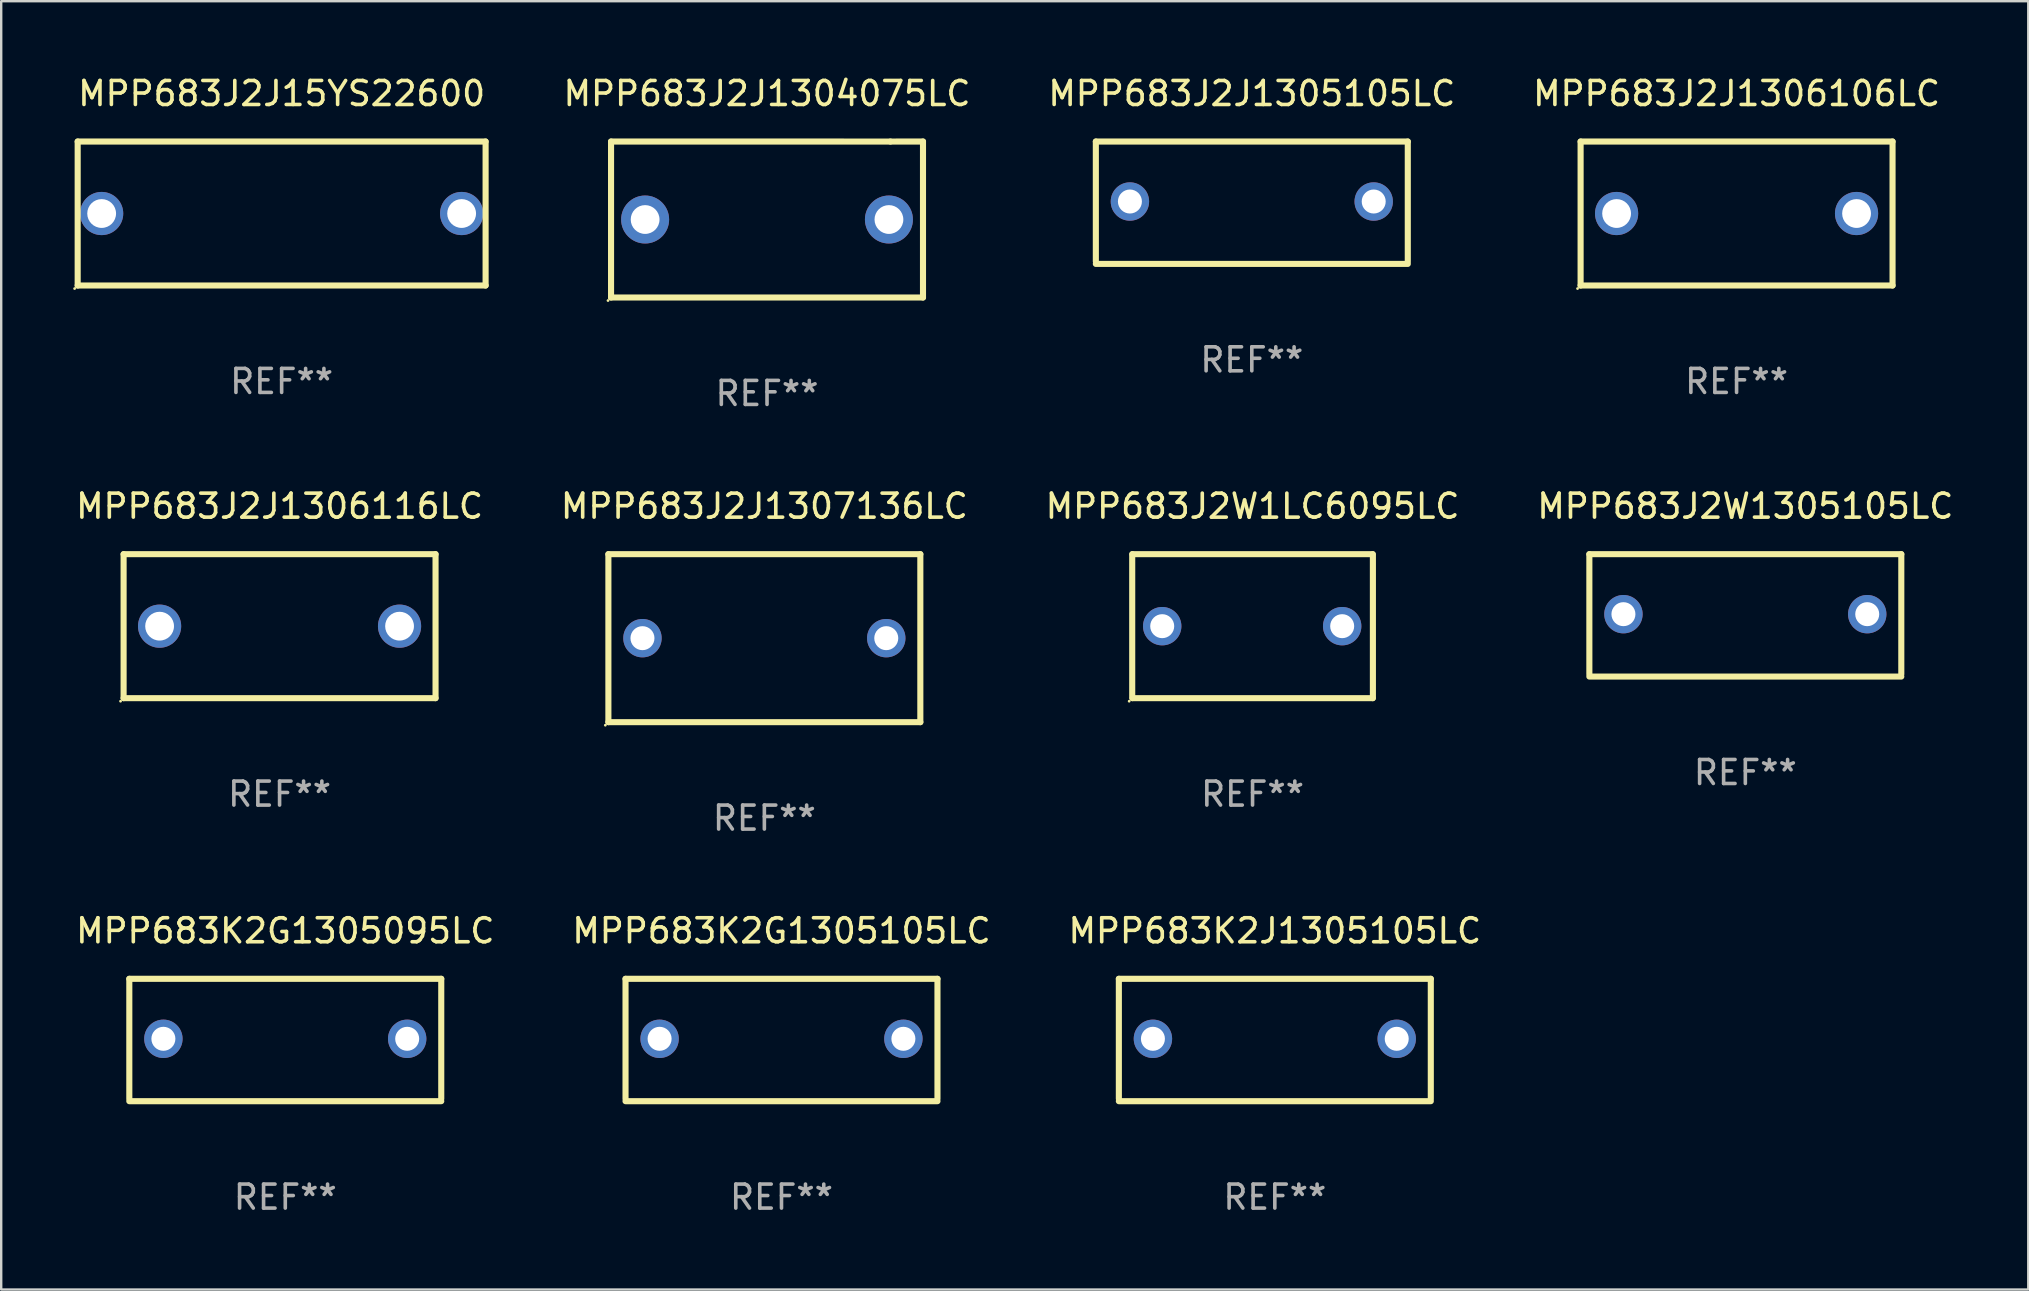
<source format=kicad_pcb>
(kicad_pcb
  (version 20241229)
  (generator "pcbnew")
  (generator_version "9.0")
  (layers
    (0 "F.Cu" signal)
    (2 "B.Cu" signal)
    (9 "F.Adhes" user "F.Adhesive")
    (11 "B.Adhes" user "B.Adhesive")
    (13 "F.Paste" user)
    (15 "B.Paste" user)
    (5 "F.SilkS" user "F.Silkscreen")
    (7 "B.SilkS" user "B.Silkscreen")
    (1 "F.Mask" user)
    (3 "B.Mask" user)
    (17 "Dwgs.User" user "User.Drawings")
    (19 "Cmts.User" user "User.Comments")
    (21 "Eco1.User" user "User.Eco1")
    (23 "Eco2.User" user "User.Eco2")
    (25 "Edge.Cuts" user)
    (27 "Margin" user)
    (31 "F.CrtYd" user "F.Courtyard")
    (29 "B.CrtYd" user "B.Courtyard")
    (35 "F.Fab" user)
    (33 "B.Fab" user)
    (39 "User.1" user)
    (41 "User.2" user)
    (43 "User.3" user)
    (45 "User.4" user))
  (footprint "MPP683J2J1306106LC"
    (layer "F.Cu")
    (at 69.32 5.848)
    (property "Reference" "MPP683J2J1306106LC" (at 0 -5 0) (layer "F.SilkS") (effects (font (size 1 1) (thickness 0.15))))
    (attr through_hole)
    (fp_line (start -6.5 -3) (end 6.5 -3) (stroke (width 0.254) (type solid)) (layer "F.SilkS"))
    (fp_line (start -6.5 3) (end -6.5 -3) (stroke (width 0.254) (type solid)) (layer "F.SilkS"))
    (fp_line (start -6.5 3) (end 6.5 3) (stroke (width 0.254) (type solid)) (layer "F.SilkS"))
    (fp_line (start 6.5 -3) (end 6.5 3) (stroke (width 0.254) (type solid)) (layer "F.SilkS"))
    (fp_circle (center -6.627 3.127) (end -6.597 3.127) (stroke (width 0.06) (type solid)) (fill no) (layer "F.SilkS"))
    (fp_text user "REF**" (at 0 7 0) (layer "F.Fab") (effects (font (size 1 1) (thickness 0.15))))
    (pad "1" thru_hole circle (at -5 0) (size 1.8 1.8) (drill 1.2) (layers "*.Cu" "*.Mask"))
    (pad "2" thru_hole circle (at 5 0) (size 1.8 1.8) (drill 1.2) (layers "*.Cu" "*.Mask")))
  (footprint "MPP683J2J1304075LC"
    (layer "F.Cu")
    (at 28.915 6.098)
    (property "Reference" "MPP683J2J1304075LC" (at 0 -5.25 0) (layer "F.SilkS") (effects (font (size 1 1) (thickness 0.15))))
    (attr through_hole)
    (fp_line (start -6.5 -3.25) (end 5.141 -3.249) (stroke (width 0.254) (type solid)) (layer "F.SilkS"))
    (fp_line (start -6.5 3.25) (end -6.5 -3.25) (stroke (width 0.254) (type solid)) (layer "F.SilkS"))
    (fp_line (start -6.5 3.25) (end 6.5 3.25) (stroke (width 0.254) (type solid)) (layer "F.SilkS"))
    (fp_line (start 5.141 -3.249) (end 6.5 -3.25) (stroke (width 0.254) (type solid)) (layer "F.SilkS"))
    (fp_line (start 6.5 -3.25) (end 6.5 3.25) (stroke (width 0.254) (type solid)) (layer "F.SilkS"))
    (fp_circle (center -6.627 3.377) (end -6.597 3.377) (stroke (width 0.06) (type solid)) (fill no) (layer "F.SilkS"))
    (fp_text user "REF**" (at 0 7.25 0) (layer "F.Fab") (effects (font (size 1 1) (thickness 0.15))))
    (pad "1" thru_hole circle (at -5.08 0) (size 2 2) (drill 1.2) (layers "*.Cu" "*.Mask"))
    (pad "2" thru_hole circle (at 5.08 0) (size 2 2) (drill 1.2) (layers "*.Cu" "*.Mask")))
  (footprint "MPP683K2J1305105LC"
    (layer "F.Cu")
    (at 50.077 40.291)
    (property "Reference" "MPP683K2J1305105LC" (at 0 -4.55 0) (layer "F.SilkS") (effects (font (size 1 1) (thickness 0.15))))
    (attr through_hole)
    (fp_line (start -6.5 -2.55) (end 6.5 -2.55) (stroke (width 0.254) (type solid)) (layer "F.SilkS"))
    (fp_line (start -6.5 2.45) (end -6.5 -2.55) (stroke (width 0.254) (type solid)) (layer "F.SilkS"))
    (fp_line (start 6.5 -2.55) (end 6.5 2.45) (stroke (width 0.254) (type solid)) (layer "F.SilkS"))
    (fp_line (start 6.5 2.55) (end -6.5 2.55) (stroke (width 0.254) (type solid)) (layer "F.SilkS"))
    (fp_circle (center -6.5 2.45) (end -6.47 2.45) (stroke (width 0.06) (type solid)) (fill no) (layer "F.SilkS"))
    (fp_text user "REF**" (at 0 6.55 0) (layer "F.Fab") (effects (font (size 1 1) (thickness 0.15))))
    (pad "1" thru_hole circle (at -5.08 -0.05) (size 1.6 1.6) (drill 1) (layers "*.Cu" "*.Mask"))
    (pad "2" thru_hole circle (at 5.08 -0.05) (size 1.6 1.6) (drill 1) (layers "*.Cu" "*.Mask")))
  (footprint "MPP683J2J15YS22600"
    (layer "F.Cu")
    (at 8.687 5.848)
    (property "Reference" "MPP683J2J15YS22600" (at 0 -5 0) (layer "F.SilkS") (effects (font (size 1 1) (thickness 0.15))))
    (attr through_hole)
    (fp_line (start -8.5 -3) (end 8.5 -3) (stroke (width 0.254) (type solid)) (layer "F.SilkS"))
    (fp_line (start -8.5 3) (end -8.5 -3) (stroke (width 0.254) (type solid)) (layer "F.SilkS"))
    (fp_line (start 8.5 -3) (end 8.5 3) (stroke (width 0.254) (type solid)) (layer "F.SilkS"))
    (fp_line (start 8.5 3) (end -8.5 3) (stroke (width 0.254) (type solid)) (layer "F.SilkS"))
    (fp_circle (center -8.627 3.127) (end -8.597 3.127) (stroke (width 0.06) (type solid)) (fill no) (layer "F.SilkS"))
    (fp_text user "REF**" (at 0 7 0) (layer "F.Fab") (effects (font (size 1 1) (thickness 0.15))))
    (pad "1" thru_hole circle (at -7.501 0) (size 1.8 1.8) (drill 1.2) (layers "*.Cu" "*.Mask"))
    (pad "2" thru_hole circle (at 7.501 0) (size 1.8 1.8) (drill 1.2) (layers "*.Cu" "*.Mask")))
  (footprint "MPP683K2G1305095LC"
    (layer "F.Cu")
    (at 8.839 40.291)
    (property "Reference" "MPP683K2G1305095LC" (at 0 -4.55 0) (layer "F.SilkS") (effects (font (size 1 1) (thickness 0.15))))
    (attr through_hole)
    (fp_line (start -6.5 -2.55) (end 6.5 -2.55) (stroke (width 0.254) (type solid)) (layer "F.SilkS"))
    (fp_line (start -6.5 2.45) (end -6.5 -2.55) (stroke (width 0.254) (type solid)) (layer "F.SilkS"))
    (fp_line (start 6.5 -2.55) (end 6.5 2.45) (stroke (width 0.254) (type solid)) (layer "F.SilkS"))
    (fp_line (start 6.5 2.55) (end -6.5 2.55) (stroke (width 0.254) (type solid)) (layer "F.SilkS"))
    (fp_circle (center -6.5 2.45) (end -6.47 2.45) (stroke (width 0.06) (type solid)) (fill no) (layer "F.SilkS"))
    (fp_text user "REF**" (at 0 6.55 0) (layer "F.Fab") (effects (font (size 1 1) (thickness 0.15))))
    (pad "1" thru_hole circle (at -5.08 -0.05) (size 1.6 1.6) (drill 1) (layers "*.Cu" "*.Mask"))
    (pad "2" thru_hole circle (at 5.08 -0.05) (size 1.6 1.6) (drill 1) (layers "*.Cu" "*.Mask")))
  (footprint "MPP683J2W1LC6095LC"
    (layer "F.Cu")
    (at 49.149 23.045)
    (property "Reference" "MPP683J2W1LC6095LC" (at 0 -5 0) (layer "F.SilkS") (effects (font (size 1 1) (thickness 0.15))))
    (attr through_hole)
    (fp_line (start -5.015 3) (end -5.015 -3) (stroke (width 0.254) (type solid)) (layer "F.SilkS"))
    (fp_line (start -5.005 -3) (end 4.995 -3) (stroke (width 0.254) (type solid)) (layer "F.SilkS"))
    (fp_line (start 5.005 3) (end -4.995 3) (stroke (width 0.254) (type solid)) (layer "F.SilkS"))
    (fp_line (start 5.015 -3) (end 5.015 3) (stroke (width 0.254) (type solid)) (layer "F.SilkS"))
    (fp_circle (center -5.142 3.127) (end -5.112 3.127) (stroke (width 0.06) (type solid)) (fill no) (layer "F.SilkS"))
    (fp_text user "REF**" (at 0 7 0) (layer "F.Fab") (effects (font (size 1 1) (thickness 0.15))))
    (pad "1" thru_hole circle (at -3.765 0) (size 1.6 1.6) (drill 1) (layers "*.Cu" "*.Mask"))
    (pad "2" thru_hole circle (at 3.735 0) (size 1.6 1.6) (drill 1) (layers "*.Cu" "*.Mask")))
  (footprint "MPP683J2J1305105LC"
    (layer "F.Cu")
    (at 49.118 5.398)
    (property "Reference" "MPP683J2J1305105LC" (at 0 -4.55 0) (layer "F.SilkS") (effects (font (size 1 1) (thickness 0.15))))
    (attr through_hole)
    (fp_line (start -6.5 -2.55) (end 6.5 -2.55) (stroke (width 0.254) (type solid)) (layer "F.SilkS"))
    (fp_line (start -6.5 2.45) (end -6.5 -2.55) (stroke (width 0.254) (type solid)) (layer "F.SilkS"))
    (fp_line (start 6.5 -2.55) (end 6.5 2.45) (stroke (width 0.254) (type solid)) (layer "F.SilkS"))
    (fp_line (start 6.5 2.55) (end -6.5 2.55) (stroke (width 0.254) (type solid)) (layer "F.SilkS"))
    (fp_circle (center -6.5 2.45) (end -6.47 2.45) (stroke (width 0.06) (type solid)) (fill no) (layer "F.SilkS"))
    (fp_text user "REF**" (at 0 6.55 0) (layer "F.Fab") (effects (font (size 1 1) (thickness 0.15))))
    (pad "1" thru_hole circle (at -5.08 -0.05) (size 1.6 1.6) (drill 1) (layers "*.Cu" "*.Mask"))
    (pad "2" thru_hole circle (at 5.08 -0.05) (size 1.6 1.6) (drill 1) (layers "*.Cu" "*.Mask")))
  (footprint "MPP683J2J1307136LC"
    (layer "F.Cu")
    (at 28.804 23.545)
    (property "Reference" "MPP683J2J1307136LC" (at 0 -5.5 0) (layer "F.SilkS") (effects (font (size 1 1) (thickness 0.15))))
    (attr through_hole)
    (fp_line (start -6.5 -3.5) (end 6.5 -3.5) (stroke (width 0.254) (type solid)) (layer "F.SilkS"))
    (fp_line (start -6.5 3.5) (end -6.5 -3.5) (stroke (width 0.254) (type solid)) (layer "F.SilkS"))
    (fp_line (start 6.5 -3.5) (end 6.5 3.5) (stroke (width 0.254) (type solid)) (layer "F.SilkS"))
    (fp_line (start 6.5 3.5) (end -6.5 3.5) (stroke (width 0.254) (type solid)) (layer "F.SilkS"))
    (fp_circle (center -6.627 3.627) (end -6.597 3.627) (stroke (width 0.06) (type solid)) (fill no) (layer "F.SilkS"))
    (fp_text user "REF**" (at 0 7.5 0) (layer "F.Fab") (effects (font (size 1 1) (thickness 0.15))))
    (pad "1" thru_hole circle (at -5.08 -0.000127) (size 1.6 1.6) (drill 1) (layers "*.Cu" "*.Mask"))
    (pad "2" thru_hole circle (at 5.08 -0.000127) (size 1.6 1.6) (drill 1) (layers "*.Cu" "*.Mask")))
  (footprint "MPP683J2W1305105LC"
    (layer "F.Cu")
    (at 69.685 22.595)
    (property "Reference" "MPP683J2W1305105LC" (at 0 -4.55 0) (layer "F.SilkS") (effects (font (size 1 1) (thickness 0.15))))
    (attr through_hole)
    (fp_line (start -6.5 -2.55) (end 6.5 -2.55) (stroke (width 0.254) (type solid)) (layer "F.SilkS"))
    (fp_line (start -6.5 2.45) (end -6.5 -2.55) (stroke (width 0.254) (type solid)) (layer "F.SilkS"))
    (fp_line (start 6.5 -2.55) (end 6.5 2.45) (stroke (width 0.254) (type solid)) (layer "F.SilkS"))
    (fp_line (start 6.5 2.55) (end -6.5 2.55) (stroke (width 0.254) (type solid)) (layer "F.SilkS"))
    (fp_circle (center -6.5 2.45) (end -6.47 2.45) (stroke (width 0.06) (type solid)) (fill no) (layer "F.SilkS"))
    (fp_text user "REF**" (at 0 6.55 0) (layer "F.Fab") (effects (font (size 1 1) (thickness 0.15))))
    (pad "1" thru_hole circle (at -5.08 -0.05) (size 1.6 1.6) (drill 1) (layers "*.Cu" "*.Mask"))
    (pad "2" thru_hole circle (at 5.08 -0.05) (size 1.6 1.6) (drill 1) (layers "*.Cu" "*.Mask")))
  (footprint "MPP683J2J1306116LC"
    (layer "F.Cu")
    (at 8.601 23.045)
    (property "Reference" "MPP683J2J1306116LC" (at 0 -5 0) (layer "F.SilkS") (effects (font (size 1 1) (thickness 0.15))))
    (attr through_hole)
    (fp_line (start -6.5 -3) (end 6.5 -3) (stroke (width 0.254) (type solid)) (layer "F.SilkS"))
    (fp_line (start -6.5 3) (end -6.5 -3) (stroke (width 0.254) (type solid)) (layer "F.SilkS"))
    (fp_line (start -6.5 3) (end 6.5 3) (stroke (width 0.254) (type solid)) (layer "F.SilkS"))
    (fp_line (start 6.5 -3) (end 6.5 3) (stroke (width 0.254) (type solid)) (layer "F.SilkS"))
    (fp_circle (center -6.627 3.127) (end -6.597 3.127) (stroke (width 0.06) (type solid)) (fill no) (layer "F.SilkS"))
    (fp_text user "REF**" (at 0 7 0) (layer "F.Fab") (effects (font (size 1 1) (thickness 0.15))))
    (pad "1" thru_hole circle (at -5 0) (size 1.8 1.8) (drill 1.2) (layers "*.Cu" "*.Mask"))
    (pad "2" thru_hole circle (at 5 0) (size 1.8 1.8) (drill 1.2) (layers "*.Cu" "*.Mask")))
  (footprint "MPP683K2G1305105LC"
    (layer "F.Cu")
    (at 29.518 40.291)
    (property "Reference" "MPP683K2G1305105LC" (at 0 -4.55 0) (layer "F.SilkS") (effects (font (size 1 1) (thickness 0.15))))
    (attr through_hole)
    (fp_line (start -6.5 -2.55) (end 6.5 -2.55) (stroke (width 0.254) (type solid)) (layer "F.SilkS"))
    (fp_line (start -6.5 2.45) (end -6.5 -2.55) (stroke (width 0.254) (type solid)) (layer "F.SilkS"))
    (fp_line (start 6.5 -2.55) (end 6.5 2.45) (stroke (width 0.254) (type solid)) (layer "F.SilkS"))
    (fp_line (start 6.5 2.55) (end -6.5 2.55) (stroke (width 0.254) (type solid)) (layer "F.SilkS"))
    (fp_circle (center -6.5 2.45) (end -6.47 2.45) (stroke (width 0.06) (type solid)) (fill no) (layer "F.SilkS"))
    (fp_text user "REF**" (at 0 6.55 0) (layer "F.Fab") (effects (font (size 1 1) (thickness 0.15))))
    (pad "1" thru_hole circle (at -5.08 -0.05) (size 1.6 1.6) (drill 1) (layers "*.Cu" "*.Mask"))
    (pad "2" thru_hole circle (at 5.08 -0.05) (size 1.6 1.6) (drill 1) (layers "*.Cu" "*.Mask")))
  (gr_rect
    (start -3 -3)
    (end 81.476 50.689)
    (stroke (width 0.1) (type default))
    (fill no)
    (layer "Edge.Cuts")))
</source>
